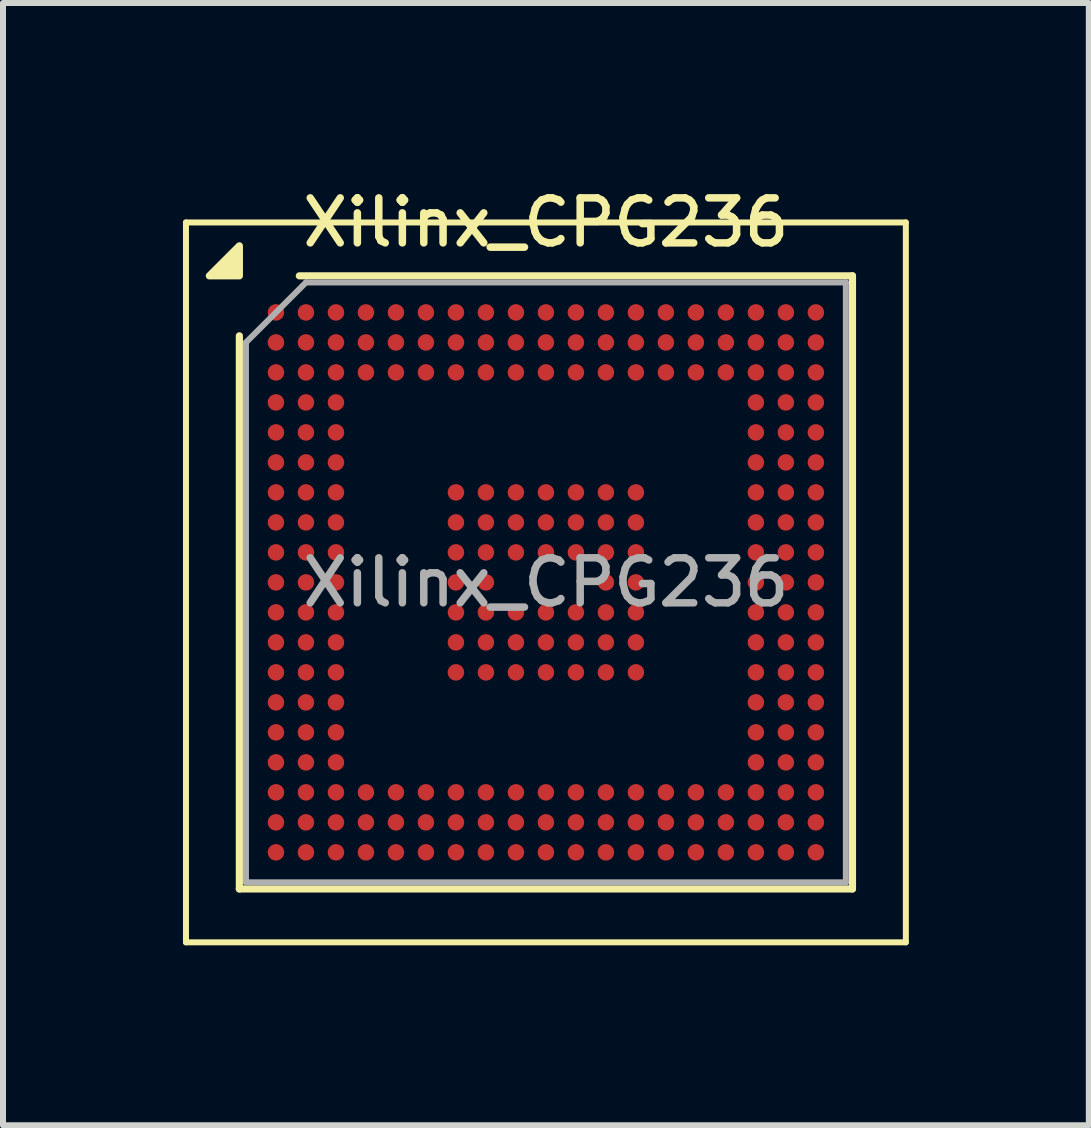
<source format=kicad_pcb>
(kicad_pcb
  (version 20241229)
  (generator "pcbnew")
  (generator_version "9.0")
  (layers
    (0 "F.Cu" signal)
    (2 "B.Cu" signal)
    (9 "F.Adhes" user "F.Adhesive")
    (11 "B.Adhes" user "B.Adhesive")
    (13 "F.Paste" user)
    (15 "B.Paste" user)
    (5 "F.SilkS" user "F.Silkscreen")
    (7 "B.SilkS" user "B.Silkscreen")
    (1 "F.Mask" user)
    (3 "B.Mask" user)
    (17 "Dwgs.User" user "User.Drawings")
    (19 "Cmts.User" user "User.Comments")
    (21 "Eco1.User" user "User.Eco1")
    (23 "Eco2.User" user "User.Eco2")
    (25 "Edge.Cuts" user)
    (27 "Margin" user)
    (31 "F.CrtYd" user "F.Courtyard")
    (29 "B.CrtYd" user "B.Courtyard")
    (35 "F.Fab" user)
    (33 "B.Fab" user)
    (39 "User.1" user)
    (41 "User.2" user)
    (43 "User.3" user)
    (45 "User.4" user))
  (footprint "Xilinx_CPG236"
    (layer "F.Cu")
    (at 6.05 6.658)
    (property "Reference" "Xilinx_CPG236" (at 0 -6 0) (layer "F.SilkS") (effects (font (size 0.75 0.75) (thickness 0.125))))
    (attr smd)
    (fp_line (start -6 -6) (end -6 6) (stroke (width 0.1) (type solid)) (layer "F.SilkS"))
    (fp_line (start -6 6) (end 6 6) (stroke (width 0.1) (type solid)) (layer "F.SilkS"))
    (fp_line (start -5.11 5.11) (end -5.11 -4.11) (stroke (width 0.12) (type solid)) (layer "F.SilkS"))
    (fp_line (start -4.11 -5.11) (end 5.11 -5.11) (stroke (width 0.12) (type solid)) (layer "F.SilkS"))
    (fp_line (start 5.11 -5.11) (end 5.11 5.11) (stroke (width 0.12) (type solid)) (layer "F.SilkS"))
    (fp_line (start 5.11 5.11) (end -5.11 5.11) (stroke (width 0.12) (type solid)) (layer "F.SilkS"))
    (fp_line (start 6 -6) (end -6 -6) (stroke (width 0.1) (type solid)) (layer "F.SilkS"))
    (fp_line (start 6 6) (end 6 -6) (stroke (width 0.1) (type solid)) (layer "F.SilkS"))
    (fp_poly (pts (xy -5.11 -5.11) (xy -5.61 -5.11) (xy -5.11 -5.61) (xy -5.11 -5.11)) (stroke (width 0.12) (type solid)) (fill yes) (layer "F.SilkS"))
    (fp_line (start -5 -4) (end -4 -5) (stroke (width 0.1) (type solid)) (layer "F.Fab"))
    (fp_line (start -5 5) (end -5 -4) (stroke (width 0.1) (type solid)) (layer "F.Fab"))
    (fp_line (start -4 -5) (end 5 -5) (stroke (width 0.1) (type solid)) (layer "F.Fab"))
    (fp_line (start 5 -5) (end 5 5) (stroke (width 0.1) (type solid)) (layer "F.Fab"))
    (fp_line (start 5 5) (end -5 5) (stroke (width 0.1) (type solid)) (layer "F.Fab"))
    (fp_text user "${REFERENCE}" (at 0 0 0) (layer "F.Fab") (effects (font (size 0.75 0.75) (thickness 0.125))))
    (pad "A1" smd circle (at -4.5 -4.5) (size 0.275 0.275) (property pad_prop_bga) (layers "F.Cu" "F.Mask" "F.Paste"))
    (pad "A2" smd circle (at -4 -4.5) (size 0.275 0.275) (property pad_prop_bga) (layers "F.Cu" "F.Mask" "F.Paste"))
    (pad "A3" smd circle (at -3.5 -4.5) (size 0.275 0.275) (property pad_prop_bga) (layers "F.Cu" "F.Mask" "F.Paste"))
    (pad "A4" smd circle (at -3 -4.5) (size 0.275 0.275) (property pad_prop_bga) (layers "F.Cu" "F.Mask" "F.Paste"))
    (pad "A5" smd circle (at -2.5 -4.5) (size 0.275 0.275) (property pad_prop_bga) (layers "F.Cu" "F.Mask" "F.Paste"))
    (pad "A6" smd circle (at -2 -4.5) (size 0.275 0.275) (property pad_prop_bga) (layers "F.Cu" "F.Mask" "F.Paste"))
    (pad "A7" smd circle (at -1.5 -4.5) (size 0.275 0.275) (property pad_prop_bga) (layers "F.Cu" "F.Mask" "F.Paste"))
    (pad "A8" smd circle (at -1 -4.5) (size 0.275 0.275) (property pad_prop_bga) (layers "F.Cu" "F.Mask" "F.Paste"))
    (pad "A9" smd circle (at -0.5 -4.5) (size 0.275 0.275) (property pad_prop_bga) (layers "F.Cu" "F.Mask" "F.Paste"))
    (pad "A10" smd circle (at 0 -4.5) (size 0.275 0.275) (property pad_prop_bga) (layers "F.Cu" "F.Mask" "F.Paste"))
    (pad "A11" smd circle (at 0.5 -4.5) (size 0.275 0.275) (property pad_prop_bga) (layers "F.Cu" "F.Mask" "F.Paste"))
    (pad "A12" smd circle (at 1 -4.5) (size 0.275 0.275) (property pad_prop_bga) (layers "F.Cu" "F.Mask" "F.Paste"))
    (pad "A13" smd circle (at 1.5 -4.5) (size 0.275 0.275) (property pad_prop_bga) (layers "F.Cu" "F.Mask" "F.Paste"))
    (pad "A14" smd circle (at 2 -4.5) (size 0.275 0.275) (property pad_prop_bga) (layers "F.Cu" "F.Mask" "F.Paste"))
    (pad "A15" smd circle (at 2.5 -4.5) (size 0.275 0.275) (property pad_prop_bga) (layers "F.Cu" "F.Mask" "F.Paste"))
    (pad "A16" smd circle (at 3 -4.5) (size 0.275 0.275) (property pad_prop_bga) (layers "F.Cu" "F.Mask" "F.Paste"))
    (pad "A17" smd circle (at 3.5 -4.5) (size 0.275 0.275) (property pad_prop_bga) (layers "F.Cu" "F.Mask" "F.Paste"))
    (pad "A18" smd circle (at 4 -4.5) (size 0.275 0.275) (property pad_prop_bga) (layers "F.Cu" "F.Mask" "F.Paste"))
    (pad "A19" smd circle (at 4.5 -4.5) (size 0.275 0.275) (property pad_prop_bga) (layers "F.Cu" "F.Mask" "F.Paste"))
    (pad "B1" smd circle (at -4.5 -4) (size 0.275 0.275) (property pad_prop_bga) (layers "F.Cu" "F.Mask" "F.Paste"))
    (pad "B2" smd circle (at -4 -4) (size 0.275 0.275) (property pad_prop_bga) (layers "F.Cu" "F.Mask" "F.Paste"))
    (pad "B3" smd circle (at -3.5 -4) (size 0.275 0.275) (property pad_prop_bga) (layers "F.Cu" "F.Mask" "F.Paste"))
    (pad "B4" smd circle (at -3 -4) (size 0.275 0.275) (property pad_prop_bga) (layers "F.Cu" "F.Mask" "F.Paste"))
    (pad "B5" smd circle (at -2.5 -4) (size 0.275 0.275) (property pad_prop_bga) (layers "F.Cu" "F.Mask" "F.Paste"))
    (pad "B6" smd circle (at -2 -4) (size 0.275 0.275) (property pad_prop_bga) (layers "F.Cu" "F.Mask" "F.Paste"))
    (pad "B7" smd circle (at -1.5 -4) (size 0.275 0.275) (property pad_prop_bga) (layers "F.Cu" "F.Mask" "F.Paste"))
    (pad "B8" smd circle (at -1 -4) (size 0.275 0.275) (property pad_prop_bga) (layers "F.Cu" "F.Mask" "F.Paste"))
    (pad "B9" smd circle (at -0.5 -4) (size 0.275 0.275) (property pad_prop_bga) (layers "F.Cu" "F.Mask" "F.Paste"))
    (pad "B10" smd circle (at 0 -4) (size 0.275 0.275) (property pad_prop_bga) (layers "F.Cu" "F.Mask" "F.Paste"))
    (pad "B11" smd circle (at 0.5 -4) (size 0.275 0.275) (property pad_prop_bga) (layers "F.Cu" "F.Mask" "F.Paste"))
    (pad "B12" smd circle (at 1 -4) (size 0.275 0.275) (property pad_prop_bga) (layers "F.Cu" "F.Mask" "F.Paste"))
    (pad "B13" smd circle (at 1.5 -4) (size 0.275 0.275) (property pad_prop_bga) (layers "F.Cu" "F.Mask" "F.Paste"))
    (pad "B14" smd circle (at 2 -4) (size 0.275 0.275) (property pad_prop_bga) (layers "F.Cu" "F.Mask" "F.Paste"))
    (pad "B15" smd circle (at 2.5 -4) (size 0.275 0.275) (property pad_prop_bga) (layers "F.Cu" "F.Mask" "F.Paste"))
    (pad "B16" smd circle (at 3 -4) (size 0.275 0.275) (property pad_prop_bga) (layers "F.Cu" "F.Mask" "F.Paste"))
    (pad "B17" smd circle (at 3.5 -4) (size 0.275 0.275) (property pad_prop_bga) (layers "F.Cu" "F.Mask" "F.Paste"))
    (pad "B18" smd circle (at 4 -4) (size 0.275 0.275) (property pad_prop_bga) (layers "F.Cu" "F.Mask" "F.Paste"))
    (pad "B19" smd circle (at 4.5 -4) (size 0.275 0.275) (property pad_prop_bga) (layers "F.Cu" "F.Mask" "F.Paste"))
    (pad "C1" smd circle (at -4.5 -3.5) (size 0.275 0.275) (property pad_prop_bga) (layers "F.Cu" "F.Mask" "F.Paste"))
    (pad "C2" smd circle (at -4 -3.5) (size 0.275 0.275) (property pad_prop_bga) (layers "F.Cu" "F.Mask" "F.Paste"))
    (pad "C3" smd circle (at -3.5 -3.5) (size 0.275 0.275) (property pad_prop_bga) (layers "F.Cu" "F.Mask" "F.Paste"))
    (pad "C4" smd circle (at -3 -3.5) (size 0.275 0.275) (property pad_prop_bga) (layers "F.Cu" "F.Mask" "F.Paste"))
    (pad "C5" smd circle (at -2.5 -3.5) (size 0.275 0.275) (property pad_prop_bga) (layers "F.Cu" "F.Mask" "F.Paste"))
    (pad "C6" smd circle (at -2 -3.5) (size 0.275 0.275) (property pad_prop_bga) (layers "F.Cu" "F.Mask" "F.Paste"))
    (pad "C7" smd circle (at -1.5 -3.5) (size 0.275 0.275) (property pad_prop_bga) (layers "F.Cu" "F.Mask" "F.Paste"))
    (pad "C8" smd circle (at -1 -3.5) (size 0.275 0.275) (property pad_prop_bga) (layers "F.Cu" "F.Mask" "F.Paste"))
    (pad "C9" smd circle (at -0.5 -3.5) (size 0.275 0.275) (property pad_prop_bga) (layers "F.Cu" "F.Mask" "F.Paste"))
    (pad "C10" smd circle (at 0 -3.5) (size 0.275 0.275) (property pad_prop_bga) (layers "F.Cu" "F.Mask" "F.Paste"))
    (pad "C11" smd circle (at 0.5 -3.5) (size 0.275 0.275) (property pad_prop_bga) (layers "F.Cu" "F.Mask" "F.Paste"))
    (pad "C12" smd circle (at 1 -3.5) (size 0.275 0.275) (property pad_prop_bga) (layers "F.Cu" "F.Mask" "F.Paste"))
    (pad "C13" smd circle (at 1.5 -3.5) (size 0.275 0.275) (property pad_prop_bga) (layers "F.Cu" "F.Mask" "F.Paste"))
    (pad "C14" smd circle (at 2 -3.5) (size 0.275 0.275) (property pad_prop_bga) (layers "F.Cu" "F.Mask" "F.Paste"))
    (pad "C15" smd circle (at 2.5 -3.5) (size 0.275 0.275) (property pad_prop_bga) (layers "F.Cu" "F.Mask" "F.Paste"))
    (pad "C16" smd circle (at 3 -3.5) (size 0.275 0.275) (property pad_prop_bga) (layers "F.Cu" "F.Mask" "F.Paste"))
    (pad "C17" smd circle (at 3.5 -3.5) (size 0.275 0.275) (property pad_prop_bga) (layers "F.Cu" "F.Mask" "F.Paste"))
    (pad "C18" smd circle (at 4 -3.5) (size 0.275 0.275) (property pad_prop_bga) (layers "F.Cu" "F.Mask" "F.Paste"))
    (pad "C19" smd circle (at 4.5 -3.5) (size 0.275 0.275) (property pad_prop_bga) (layers "F.Cu" "F.Mask" "F.Paste"))
    (pad "D1" smd circle (at -4.5 -3) (size 0.275 0.275) (property pad_prop_bga) (layers "F.Cu" "F.Mask" "F.Paste"))
    (pad "D2" smd circle (at -4 -3) (size 0.275 0.275) (property pad_prop_bga) (layers "F.Cu" "F.Mask" "F.Paste"))
    (pad "D3" smd circle (at -3.5 -3) (size 0.275 0.275) (property pad_prop_bga) (layers "F.Cu" "F.Mask" "F.Paste"))
    (pad "D17" smd circle (at 3.5 -3) (size 0.275 0.275) (property pad_prop_bga) (layers "F.Cu" "F.Mask" "F.Paste"))
    (pad "D18" smd circle (at 4 -3) (size 0.275 0.275) (property pad_prop_bga) (layers "F.Cu" "F.Mask" "F.Paste"))
    (pad "D19" smd circle (at 4.5 -3) (size 0.275 0.275) (property pad_prop_bga) (layers "F.Cu" "F.Mask" "F.Paste"))
    (pad "E1" smd circle (at -4.5 -2.5) (size 0.275 0.275) (property pad_prop_bga) (layers "F.Cu" "F.Mask" "F.Paste"))
    (pad "E2" smd circle (at -4 -2.5) (size 0.275 0.275) (property pad_prop_bga) (layers "F.Cu" "F.Mask" "F.Paste"))
    (pad "E3" smd circle (at -3.5 -2.5) (size 0.275 0.275) (property pad_prop_bga) (layers "F.Cu" "F.Mask" "F.Paste"))
    (pad "E17" smd circle (at 3.5 -2.5) (size 0.275 0.275) (property pad_prop_bga) (layers "F.Cu" "F.Mask" "F.Paste"))
    (pad "E18" smd circle (at 4 -2.5) (size 0.275 0.275) (property pad_prop_bga) (layers "F.Cu" "F.Mask" "F.Paste"))
    (pad "E19" smd circle (at 4.5 -2.5) (size 0.275 0.275) (property pad_prop_bga) (layers "F.Cu" "F.Mask" "F.Paste"))
    (pad "F1" smd circle (at -4.5 -2) (size 0.275 0.275) (property pad_prop_bga) (layers "F.Cu" "F.Mask" "F.Paste"))
    (pad "F2" smd circle (at -4 -2) (size 0.275 0.275) (property pad_prop_bga) (layers "F.Cu" "F.Mask" "F.Paste"))
    (pad "F3" smd circle (at -3.5 -2) (size 0.275 0.275) (property pad_prop_bga) (layers "F.Cu" "F.Mask" "F.Paste"))
    (pad "F17" smd circle (at 3.5 -2) (size 0.275 0.275) (property pad_prop_bga) (layers "F.Cu" "F.Mask" "F.Paste"))
    (pad "F18" smd circle (at 4 -2) (size 0.275 0.275) (property pad_prop_bga) (layers "F.Cu" "F.Mask" "F.Paste"))
    (pad "F19" smd circle (at 4.5 -2) (size 0.275 0.275) (property pad_prop_bga) (layers "F.Cu" "F.Mask" "F.Paste"))
    (pad "G1" smd circle (at -4.5 -1.5) (size 0.275 0.275) (property pad_prop_bga) (layers "F.Cu" "F.Mask" "F.Paste"))
    (pad "G2" smd circle (at -4 -1.5) (size 0.275 0.275) (property pad_prop_bga) (layers "F.Cu" "F.Mask" "F.Paste"))
    (pad "G3" smd circle (at -3.5 -1.5) (size 0.275 0.275) (property pad_prop_bga) (layers "F.Cu" "F.Mask" "F.Paste"))
    (pad "G7" smd circle (at -1.5 -1.5) (size 0.275 0.275) (property pad_prop_bga) (layers "F.Cu" "F.Mask" "F.Paste"))
    (pad "G8" smd circle (at -1 -1.5) (size 0.275 0.275) (property pad_prop_bga) (layers "F.Cu" "F.Mask" "F.Paste"))
    (pad "G9" smd circle (at -0.5 -1.5) (size 0.275 0.275) (property pad_prop_bga) (layers "F.Cu" "F.Mask" "F.Paste"))
    (pad "G10" smd circle (at 0 -1.5) (size 0.275 0.275) (property pad_prop_bga) (layers "F.Cu" "F.Mask" "F.Paste"))
    (pad "G11" smd circle (at 0.5 -1.5) (size 0.275 0.275) (property pad_prop_bga) (layers "F.Cu" "F.Mask" "F.Paste"))
    (pad "G12" smd circle (at 1 -1.5) (size 0.275 0.275) (property pad_prop_bga) (layers "F.Cu" "F.Mask" "F.Paste"))
    (pad "G13" smd circle (at 1.5 -1.5) (size 0.275 0.275) (property pad_prop_bga) (layers "F.Cu" "F.Mask" "F.Paste"))
    (pad "G17" smd circle (at 3.5 -1.5) (size 0.275 0.275) (property pad_prop_bga) (layers "F.Cu" "F.Mask" "F.Paste"))
    (pad "G18" smd circle (at 4 -1.5) (size 0.275 0.275) (property pad_prop_bga) (layers "F.Cu" "F.Mask" "F.Paste"))
    (pad "G19" smd circle (at 4.5 -1.5) (size 0.275 0.275) (property pad_prop_bga) (layers "F.Cu" "F.Mask" "F.Paste"))
    (pad "H1" smd circle (at -4.5 -1) (size 0.275 0.275) (property pad_prop_bga) (layers "F.Cu" "F.Mask" "F.Paste"))
    (pad "H2" smd circle (at -4 -1) (size 0.275 0.275) (property pad_prop_bga) (layers "F.Cu" "F.Mask" "F.Paste"))
    (pad "H3" smd circle (at -3.5 -1) (size 0.275 0.275) (property pad_prop_bga) (layers "F.Cu" "F.Mask" "F.Paste"))
    (pad "H7" smd circle (at -1.5 -1) (size 0.275 0.275) (property pad_prop_bga) (layers "F.Cu" "F.Mask" "F.Paste"))
    (pad "H8" smd circle (at -1 -1) (size 0.275 0.275) (property pad_prop_bga) (layers "F.Cu" "F.Mask" "F.Paste"))
    (pad "H9" smd circle (at -0.5 -1) (size 0.275 0.275) (property pad_prop_bga) (layers "F.Cu" "F.Mask" "F.Paste"))
    (pad "H10" smd circle (at 0 -1) (size 0.275 0.275) (property pad_prop_bga) (layers "F.Cu" "F.Mask" "F.Paste"))
    (pad "H11" smd circle (at 0.5 -1) (size 0.275 0.275) (property pad_prop_bga) (layers "F.Cu" "F.Mask" "F.Paste"))
    (pad "H12" smd circle (at 1 -1) (size 0.275 0.275) (property pad_prop_bga) (layers "F.Cu" "F.Mask" "F.Paste"))
    (pad "H13" smd circle (at 1.5 -1) (size 0.275 0.275) (property pad_prop_bga) (layers "F.Cu" "F.Mask" "F.Paste"))
    (pad "H17" smd circle (at 3.5 -1) (size 0.275 0.275) (property pad_prop_bga) (layers "F.Cu" "F.Mask" "F.Paste"))
    (pad "H18" smd circle (at 4 -1) (size 0.275 0.275) (property pad_prop_bga) (layers "F.Cu" "F.Mask" "F.Paste"))
    (pad "H19" smd circle (at 4.5 -1) (size 0.275 0.275) (property pad_prop_bga) (layers "F.Cu" "F.Mask" "F.Paste"))
    (pad "J1" smd circle (at -4.5 -0.5) (size 0.275 0.275) (property pad_prop_bga) (layers "F.Cu" "F.Mask" "F.Paste"))
    (pad "J2" smd circle (at -4 -0.5) (size 0.275 0.275) (property pad_prop_bga) (layers "F.Cu" "F.Mask" "F.Paste"))
    (pad "J3" smd circle (at -3.5 -0.5) (size 0.275 0.275) (property pad_prop_bga) (layers "F.Cu" "F.Mask" "F.Paste"))
    (pad "J7" smd circle (at -1.5 -0.5) (size 0.275 0.275) (property pad_prop_bga) (layers "F.Cu" "F.Mask" "F.Paste"))
    (pad "J8" smd circle (at -1 -0.5) (size 0.275 0.275) (property pad_prop_bga) (layers "F.Cu" "F.Mask" "F.Paste"))
    (pad "J9" smd circle (at -0.5 -0.5) (size 0.275 0.275) (property pad_prop_bga) (layers "F.Cu" "F.Mask" "F.Paste"))
    (pad "J10" smd circle (at 0 -0.5) (size 0.275 0.275) (property pad_prop_bga) (layers "F.Cu" "F.Mask" "F.Paste"))
    (pad "J11" smd circle (at 0.5 -0.5) (size 0.275 0.275) (property pad_prop_bga) (layers "F.Cu" "F.Mask" "F.Paste"))
    (pad "J12" smd circle (at 1 -0.5) (size 0.275 0.275) (property pad_prop_bga) (layers "F.Cu" "F.Mask" "F.Paste"))
    (pad "J13" smd circle (at 1.5 -0.5) (size 0.275 0.275) (property pad_prop_bga) (layers "F.Cu" "F.Mask" "F.Paste"))
    (pad "J17" smd circle (at 3.5 -0.5) (size 0.275 0.275) (property pad_prop_bga) (layers "F.Cu" "F.Mask" "F.Paste"))
    (pad "J18" smd circle (at 4 -0.5) (size 0.275 0.275) (property pad_prop_bga) (layers "F.Cu" "F.Mask" "F.Paste"))
    (pad "J19" smd circle (at 4.5 -0.5) (size 0.275 0.275) (property pad_prop_bga) (layers "F.Cu" "F.Mask" "F.Paste"))
    (pad "K1" smd circle (at -4.5 0) (size 0.275 0.275) (property pad_prop_bga) (layers "F.Cu" "F.Mask" "F.Paste"))
    (pad "K2" smd circle (at -4 0) (size 0.275 0.275) (property pad_prop_bga) (layers "F.Cu" "F.Mask" "F.Paste"))
    (pad "K3" smd circle (at -3.5 0) (size 0.275 0.275) (property pad_prop_bga) (layers "F.Cu" "F.Mask" "F.Paste"))
    (pad "K7" smd circle (at -1.5 0) (size 0.275 0.275) (property pad_prop_bga) (layers "F.Cu" "F.Mask" "F.Paste"))
    (pad "K8" smd circle (at -1 0) (size 0.275 0.275) (property pad_prop_bga) (layers "F.Cu" "F.Mask" "F.Paste"))
    (pad "K12" smd circle (at 1 0) (size 0.275 0.275) (property pad_prop_bga) (layers "F.Cu" "F.Mask" "F.Paste"))
    (pad "K13" smd circle (at 1.5 0) (size 0.275 0.275) (property pad_prop_bga) (layers "F.Cu" "F.Mask" "F.Paste"))
    (pad "K17" smd circle (at 3.5 0) (size 0.275 0.275) (property pad_prop_bga) (layers "F.Cu" "F.Mask" "F.Paste"))
    (pad "K18" smd circle (at 4 0) (size 0.275 0.275) (property pad_prop_bga) (layers "F.Cu" "F.Mask" "F.Paste"))
    (pad "K19" smd circle (at 4.5 0) (size 0.275 0.275) (property pad_prop_bga) (layers "F.Cu" "F.Mask" "F.Paste"))
    (pad "L1" smd circle (at -4.5 0.5) (size 0.275 0.275) (property pad_prop_bga) (layers "F.Cu" "F.Mask" "F.Paste"))
    (pad "L2" smd circle (at -4 0.5) (size 0.275 0.275) (property pad_prop_bga) (layers "F.Cu" "F.Mask" "F.Paste"))
    (pad "L3" smd circle (at -3.5 0.5) (size 0.275 0.275) (property pad_prop_bga) (layers "F.Cu" "F.Mask" "F.Paste"))
    (pad "L7" smd circle (at -1.5 0.5) (size 0.275 0.275) (property pad_prop_bga) (layers "F.Cu" "F.Mask" "F.Paste"))
    (pad "L8" smd circle (at -1 0.5) (size 0.275 0.275) (property pad_prop_bga) (layers "F.Cu" "F.Mask" "F.Paste"))
    (pad "L9" smd circle (at -0.5 0.5) (size 0.275 0.275) (property pad_prop_bga) (layers "F.Cu" "F.Mask" "F.Paste"))
    (pad "L10" smd circle (at 0 0.5) (size 0.275 0.275) (property pad_prop_bga) (layers "F.Cu" "F.Mask" "F.Paste"))
    (pad "L11" smd circle (at 0.5 0.5) (size 0.275 0.275) (property pad_prop_bga) (layers "F.Cu" "F.Mask" "F.Paste"))
    (pad "L12" smd circle (at 1 0.5) (size 0.275 0.275) (property pad_prop_bga) (layers "F.Cu" "F.Mask" "F.Paste"))
    (pad "L13" smd circle (at 1.5 0.5) (size 0.275 0.275) (property pad_prop_bga) (layers "F.Cu" "F.Mask" "F.Paste"))
    (pad "L17" smd circle (at 3.5 0.5) (size 0.275 0.275) (property pad_prop_bga) (layers "F.Cu" "F.Mask" "F.Paste"))
    (pad "L18" smd circle (at 4 0.5) (size 0.275 0.275) (property pad_prop_bga) (layers "F.Cu" "F.Mask" "F.Paste"))
    (pad "L19" smd circle (at 4.5 0.5) (size 0.275 0.275) (property pad_prop_bga) (layers "F.Cu" "F.Mask" "F.Paste"))
    (pad "M1" smd circle (at -4.5 1) (size 0.275 0.275) (property pad_prop_bga) (layers "F.Cu" "F.Mask" "F.Paste"))
    (pad "M2" smd circle (at -4 1) (size 0.275 0.275) (property pad_prop_bga) (layers "F.Cu" "F.Mask" "F.Paste"))
    (pad "M3" smd circle (at -3.5 1) (size 0.275 0.275) (property pad_prop_bga) (layers "F.Cu" "F.Mask" "F.Paste"))
    (pad "M7" smd circle (at -1.5 1) (size 0.275 0.275) (property pad_prop_bga) (layers "F.Cu" "F.Mask" "F.Paste"))
    (pad "M8" smd circle (at -1 1) (size 0.275 0.275) (property pad_prop_bga) (layers "F.Cu" "F.Mask" "F.Paste"))
    (pad "M9" smd circle (at -0.5 1) (size 0.275 0.275) (property pad_prop_bga) (layers "F.Cu" "F.Mask" "F.Paste"))
    (pad "M10" smd circle (at 0 1) (size 0.275 0.275) (property pad_prop_bga) (layers "F.Cu" "F.Mask" "F.Paste"))
    (pad "M11" smd circle (at 0.5 1) (size 0.275 0.275) (property pad_prop_bga) (layers "F.Cu" "F.Mask" "F.Paste"))
    (pad "M12" smd circle (at 1 1) (size 0.275 0.275) (property pad_prop_bga) (layers "F.Cu" "F.Mask" "F.Paste"))
    (pad "M13" smd circle (at 1.5 1) (size 0.275 0.275) (property pad_prop_bga) (layers "F.Cu" "F.Mask" "F.Paste"))
    (pad "M17" smd circle (at 3.5 1) (size 0.275 0.275) (property pad_prop_bga) (layers "F.Cu" "F.Mask" "F.Paste"))
    (pad "M18" smd circle (at 4 1) (size 0.275 0.275) (property pad_prop_bga) (layers "F.Cu" "F.Mask" "F.Paste"))
    (pad "M19" smd circle (at 4.5 1) (size 0.275 0.275) (property pad_prop_bga) (layers "F.Cu" "F.Mask" "F.Paste"))
    (pad "N1" smd circle (at -4.5 1.5) (size 0.275 0.275) (property pad_prop_bga) (layers "F.Cu" "F.Mask" "F.Paste"))
    (pad "N2" smd circle (at -4 1.5) (size 0.275 0.275) (property pad_prop_bga) (layers "F.Cu" "F.Mask" "F.Paste"))
    (pad "N3" smd circle (at -3.5 1.5) (size 0.275 0.275) (property pad_prop_bga) (layers "F.Cu" "F.Mask" "F.Paste"))
    (pad "N7" smd circle (at -1.5 1.5) (size 0.275 0.275) (property pad_prop_bga) (layers "F.Cu" "F.Mask" "F.Paste"))
    (pad "N8" smd circle (at -1 1.5) (size 0.275 0.275) (property pad_prop_bga) (layers "F.Cu" "F.Mask" "F.Paste"))
    (pad "N9" smd circle (at -0.5 1.5) (size 0.275 0.275) (property pad_prop_bga) (layers "F.Cu" "F.Mask" "F.Paste"))
    (pad "N10" smd circle (at 0 1.5) (size 0.275 0.275) (property pad_prop_bga) (layers "F.Cu" "F.Mask" "F.Paste"))
    (pad "N11" smd circle (at 0.5 1.5) (size 0.275 0.275) (property pad_prop_bga) (layers "F.Cu" "F.Mask" "F.Paste"))
    (pad "N12" smd circle (at 1 1.5) (size 0.275 0.275) (property pad_prop_bga) (layers "F.Cu" "F.Mask" "F.Paste"))
    (pad "N13" smd circle (at 1.5 1.5) (size 0.275 0.275) (property pad_prop_bga) (layers "F.Cu" "F.Mask" "F.Paste"))
    (pad "N17" smd circle (at 3.5 1.5) (size 0.275 0.275) (property pad_prop_bga) (layers "F.Cu" "F.Mask" "F.Paste"))
    (pad "N18" smd circle (at 4 1.5) (size 0.275 0.275) (property pad_prop_bga) (layers "F.Cu" "F.Mask" "F.Paste"))
    (pad "N19" smd circle (at 4.5 1.5) (size 0.275 0.275) (property pad_prop_bga) (layers "F.Cu" "F.Mask" "F.Paste"))
    (pad "P1" smd circle (at -4.5 2) (size 0.275 0.275) (property pad_prop_bga) (layers "F.Cu" "F.Mask" "F.Paste"))
    (pad "P2" smd circle (at -4 2) (size 0.275 0.275) (property pad_prop_bga) (layers "F.Cu" "F.Mask" "F.Paste"))
    (pad "P3" smd circle (at -3.5 2) (size 0.275 0.275) (property pad_prop_bga) (layers "F.Cu" "F.Mask" "F.Paste"))
    (pad "P17" smd circle (at 3.5 2) (size 0.275 0.275) (property pad_prop_bga) (layers "F.Cu" "F.Mask" "F.Paste"))
    (pad "P18" smd circle (at 4 2) (size 0.275 0.275) (property pad_prop_bga) (layers "F.Cu" "F.Mask" "F.Paste"))
    (pad "P19" smd circle (at 4.5 2) (size 0.275 0.275) (property pad_prop_bga) (layers "F.Cu" "F.Mask" "F.Paste"))
    (pad "R1" smd circle (at -4.5 2.5) (size 0.275 0.275) (property pad_prop_bga) (layers "F.Cu" "F.Mask" "F.Paste"))
    (pad "R2" smd circle (at -4 2.5) (size 0.275 0.275) (property pad_prop_bga) (layers "F.Cu" "F.Mask" "F.Paste"))
    (pad "R3" smd circle (at -3.5 2.5) (size 0.275 0.275) (property pad_prop_bga) (layers "F.Cu" "F.Mask" "F.Paste"))
    (pad "R17" smd circle (at 3.5 2.5) (size 0.275 0.275) (property pad_prop_bga) (layers "F.Cu" "F.Mask" "F.Paste"))
    (pad "R18" smd circle (at 4 2.5) (size 0.275 0.275) (property pad_prop_bga) (layers "F.Cu" "F.Mask" "F.Paste"))
    (pad "R19" smd circle (at 4.5 2.5) (size 0.275 0.275) (property pad_prop_bga) (layers "F.Cu" "F.Mask" "F.Paste"))
    (pad "T1" smd circle (at -4.5 3) (size 0.275 0.275) (property pad_prop_bga) (layers "F.Cu" "F.Mask" "F.Paste"))
    (pad "T2" smd circle (at -4 3) (size 0.275 0.275) (property pad_prop_bga) (layers "F.Cu" "F.Mask" "F.Paste"))
    (pad "T3" smd circle (at -3.5 3) (size 0.275 0.275) (property pad_prop_bga) (layers "F.Cu" "F.Mask" "F.Paste"))
    (pad "T17" smd circle (at 3.5 3) (size 0.275 0.275) (property pad_prop_bga) (layers "F.Cu" "F.Mask" "F.Paste"))
    (pad "T18" smd circle (at 4 3) (size 0.275 0.275) (property pad_prop_bga) (layers "F.Cu" "F.Mask" "F.Paste"))
    (pad "T19" smd circle (at 4.5 3) (size 0.275 0.275) (property pad_prop_bga) (layers "F.Cu" "F.Mask" "F.Paste"))
    (pad "U1" smd circle (at -4.5 3.5) (size 0.275 0.275) (property pad_prop_bga) (layers "F.Cu" "F.Mask" "F.Paste"))
    (pad "U2" smd circle (at -4 3.5) (size 0.275 0.275) (property pad_prop_bga) (layers "F.Cu" "F.Mask" "F.Paste"))
    (pad "U3" smd circle (at -3.5 3.5) (size 0.275 0.275) (property pad_prop_bga) (layers "F.Cu" "F.Mask" "F.Paste"))
    (pad "U4" smd circle (at -3 3.5) (size 0.275 0.275) (property pad_prop_bga) (layers "F.Cu" "F.Mask" "F.Paste"))
    (pad "U5" smd circle (at -2.5 3.5) (size 0.275 0.275) (property pad_prop_bga) (layers "F.Cu" "F.Mask" "F.Paste"))
    (pad "U6" smd circle (at -2 3.5) (size 0.275 0.275) (property pad_prop_bga) (layers "F.Cu" "F.Mask" "F.Paste"))
    (pad "U7" smd circle (at -1.5 3.5) (size 0.275 0.275) (property pad_prop_bga) (layers "F.Cu" "F.Mask" "F.Paste"))
    (pad "U8" smd circle (at -1 3.5) (size 0.275 0.275) (property pad_prop_bga) (layers "F.Cu" "F.Mask" "F.Paste"))
    (pad "U9" smd circle (at -0.5 3.5) (size 0.275 0.275) (property pad_prop_bga) (layers "F.Cu" "F.Mask" "F.Paste"))
    (pad "U10" smd circle (at 0 3.5) (size 0.275 0.275) (property pad_prop_bga) (layers "F.Cu" "F.Mask" "F.Paste"))
    (pad "U11" smd circle (at 0.5 3.5) (size 0.275 0.275) (property pad_prop_bga) (layers "F.Cu" "F.Mask" "F.Paste"))
    (pad "U12" smd circle (at 1 3.5) (size 0.275 0.275) (property pad_prop_bga) (layers "F.Cu" "F.Mask" "F.Paste"))
    (pad "U13" smd circle (at 1.5 3.5) (size 0.275 0.275) (property pad_prop_bga) (layers "F.Cu" "F.Mask" "F.Paste"))
    (pad "U14" smd circle (at 2 3.5) (size 0.275 0.275) (property pad_prop_bga) (layers "F.Cu" "F.Mask" "F.Paste"))
    (pad "U15" smd circle (at 2.5 3.5) (size 0.275 0.275) (property pad_prop_bga) (layers "F.Cu" "F.Mask" "F.Paste"))
    (pad "U16" smd circle (at 3 3.5) (size 0.275 0.275) (property pad_prop_bga) (layers "F.Cu" "F.Mask" "F.Paste"))
    (pad "U17" smd circle (at 3.5 3.5) (size 0.275 0.275) (property pad_prop_bga) (layers "F.Cu" "F.Mask" "F.Paste"))
    (pad "U18" smd circle (at 4 3.5) (size 0.275 0.275) (property pad_prop_bga) (layers "F.Cu" "F.Mask" "F.Paste"))
    (pad "U19" smd circle (at 4.5 3.5) (size 0.275 0.275) (property pad_prop_bga) (layers "F.Cu" "F.Mask" "F.Paste"))
    (pad "V1" smd circle (at -4.5 4) (size 0.275 0.275) (property pad_prop_bga) (layers "F.Cu" "F.Mask" "F.Paste"))
    (pad "V2" smd circle (at -4 4) (size 0.275 0.275) (property pad_prop_bga) (layers "F.Cu" "F.Mask" "F.Paste"))
    (pad "V3" smd circle (at -3.5 4) (size 0.275 0.275) (property pad_prop_bga) (layers "F.Cu" "F.Mask" "F.Paste"))
    (pad "V4" smd circle (at -3 4) (size 0.275 0.275) (property pad_prop_bga) (layers "F.Cu" "F.Mask" "F.Paste"))
    (pad "V5" smd circle (at -2.5 4) (size 0.275 0.275) (property pad_prop_bga) (layers "F.Cu" "F.Mask" "F.Paste"))
    (pad "V6" smd circle (at -2 4) (size 0.275 0.275) (property pad_prop_bga) (layers "F.Cu" "F.Mask" "F.Paste"))
    (pad "V7" smd circle (at -1.5 4) (size 0.275 0.275) (property pad_prop_bga) (layers "F.Cu" "F.Mask" "F.Paste"))
    (pad "V8" smd circle (at -1 4) (size 0.275 0.275) (property pad_prop_bga) (layers "F.Cu" "F.Mask" "F.Paste"))
    (pad "V9" smd circle (at -0.5 4) (size 0.275 0.275) (property pad_prop_bga) (layers "F.Cu" "F.Mask" "F.Paste"))
    (pad "V10" smd circle (at 0 4) (size 0.275 0.275) (property pad_prop_bga) (layers "F.Cu" "F.Mask" "F.Paste"))
    (pad "V11" smd circle (at 0.5 4) (size 0.275 0.275) (property pad_prop_bga) (layers "F.Cu" "F.Mask" "F.Paste"))
    (pad "V12" smd circle (at 1 4) (size 0.275 0.275) (property pad_prop_bga) (layers "F.Cu" "F.Mask" "F.Paste"))
    (pad "V13" smd circle (at 1.5 4) (size 0.275 0.275) (property pad_prop_bga) (layers "F.Cu" "F.Mask" "F.Paste"))
    (pad "V14" smd circle (at 2 4) (size 0.275 0.275) (property pad_prop_bga) (layers "F.Cu" "F.Mask" "F.Paste"))
    (pad "V15" smd circle (at 2.5 4) (size 0.275 0.275) (property pad_prop_bga) (layers "F.Cu" "F.Mask" "F.Paste"))
    (pad "V16" smd circle (at 3 4) (size 0.275 0.275) (property pad_prop_bga) (layers "F.Cu" "F.Mask" "F.Paste"))
    (pad "V17" smd circle (at 3.5 4) (size 0.275 0.275) (property pad_prop_bga) (layers "F.Cu" "F.Mask" "F.Paste"))
    (pad "V18" smd circle (at 4 4) (size 0.275 0.275) (property pad_prop_bga) (layers "F.Cu" "F.Mask" "F.Paste"))
    (pad "V19" smd circle (at 4.5 4) (size 0.275 0.275) (property pad_prop_bga) (layers "F.Cu" "F.Mask" "F.Paste"))
    (pad "W1" smd circle (at -4.5 4.5) (size 0.275 0.275) (property pad_prop_bga) (layers "F.Cu" "F.Mask" "F.Paste"))
    (pad "W2" smd circle (at -4 4.5) (size 0.275 0.275) (property pad_prop_bga) (layers "F.Cu" "F.Mask" "F.Paste"))
    (pad "W3" smd circle (at -3.5 4.5) (size 0.275 0.275) (property pad_prop_bga) (layers "F.Cu" "F.Mask" "F.Paste"))
    (pad "W4" smd circle (at -3 4.5) (size 0.275 0.275) (property pad_prop_bga) (layers "F.Cu" "F.Mask" "F.Paste"))
    (pad "W5" smd circle (at -2.5 4.5) (size 0.275 0.275) (property pad_prop_bga) (layers "F.Cu" "F.Mask" "F.Paste"))
    (pad "W6" smd circle (at -2 4.5) (size 0.275 0.275) (property pad_prop_bga) (layers "F.Cu" "F.Mask" "F.Paste"))
    (pad "W7" smd circle (at -1.5 4.5) (size 0.275 0.275) (property pad_prop_bga) (layers "F.Cu" "F.Mask" "F.Paste"))
    (pad "W8" smd circle (at -1 4.5) (size 0.275 0.275) (property pad_prop_bga) (layers "F.Cu" "F.Mask" "F.Paste"))
    (pad "W9" smd circle (at -0.5 4.5) (size 0.275 0.275) (property pad_prop_bga) (layers "F.Cu" "F.Mask" "F.Paste"))
    (pad "W10" smd circle (at 0 4.5) (size 0.275 0.275) (property pad_prop_bga) (layers "F.Cu" "F.Mask" "F.Paste"))
    (pad "W11" smd circle (at 0.5 4.5) (size 0.275 0.275) (property pad_prop_bga) (layers "F.Cu" "F.Mask" "F.Paste"))
    (pad "W12" smd circle (at 1 4.5) (size 0.275 0.275) (property pad_prop_bga) (layers "F.Cu" "F.Mask" "F.Paste"))
    (pad "W13" smd circle (at 1.5 4.5) (size 0.275 0.275) (property pad_prop_bga) (layers "F.Cu" "F.Mask" "F.Paste"))
    (pad "W14" smd circle (at 2 4.5) (size 0.275 0.275) (property pad_prop_bga) (layers "F.Cu" "F.Mask" "F.Paste"))
    (pad "W15" smd circle (at 2.5 4.5) (size 0.275 0.275) (property pad_prop_bga) (layers "F.Cu" "F.Mask" "F.Paste"))
    (pad "W16" smd circle (at 3 4.5) (size 0.275 0.275) (property pad_prop_bga) (layers "F.Cu" "F.Mask" "F.Paste"))
    (pad "W17" smd circle (at 3.5 4.5) (size 0.275 0.275) (property pad_prop_bga) (layers "F.Cu" "F.Mask" "F.Paste"))
    (pad "W18" smd circle (at 4 4.5) (size 0.275 0.275) (property pad_prop_bga) (layers "F.Cu" "F.Mask" "F.Paste"))
    (pad "W19" smd circle (at 4.5 4.5) (size 0.275 0.275) (property pad_prop_bga) (layers "F.Cu" "F.Mask" "F.Paste")))
  (gr_rect
    (start -3 -3)
    (end 15.1 15.708)
    (stroke (width 0.1) (type default))
    (fill no)
    (layer "Edge.Cuts")))
</source>
